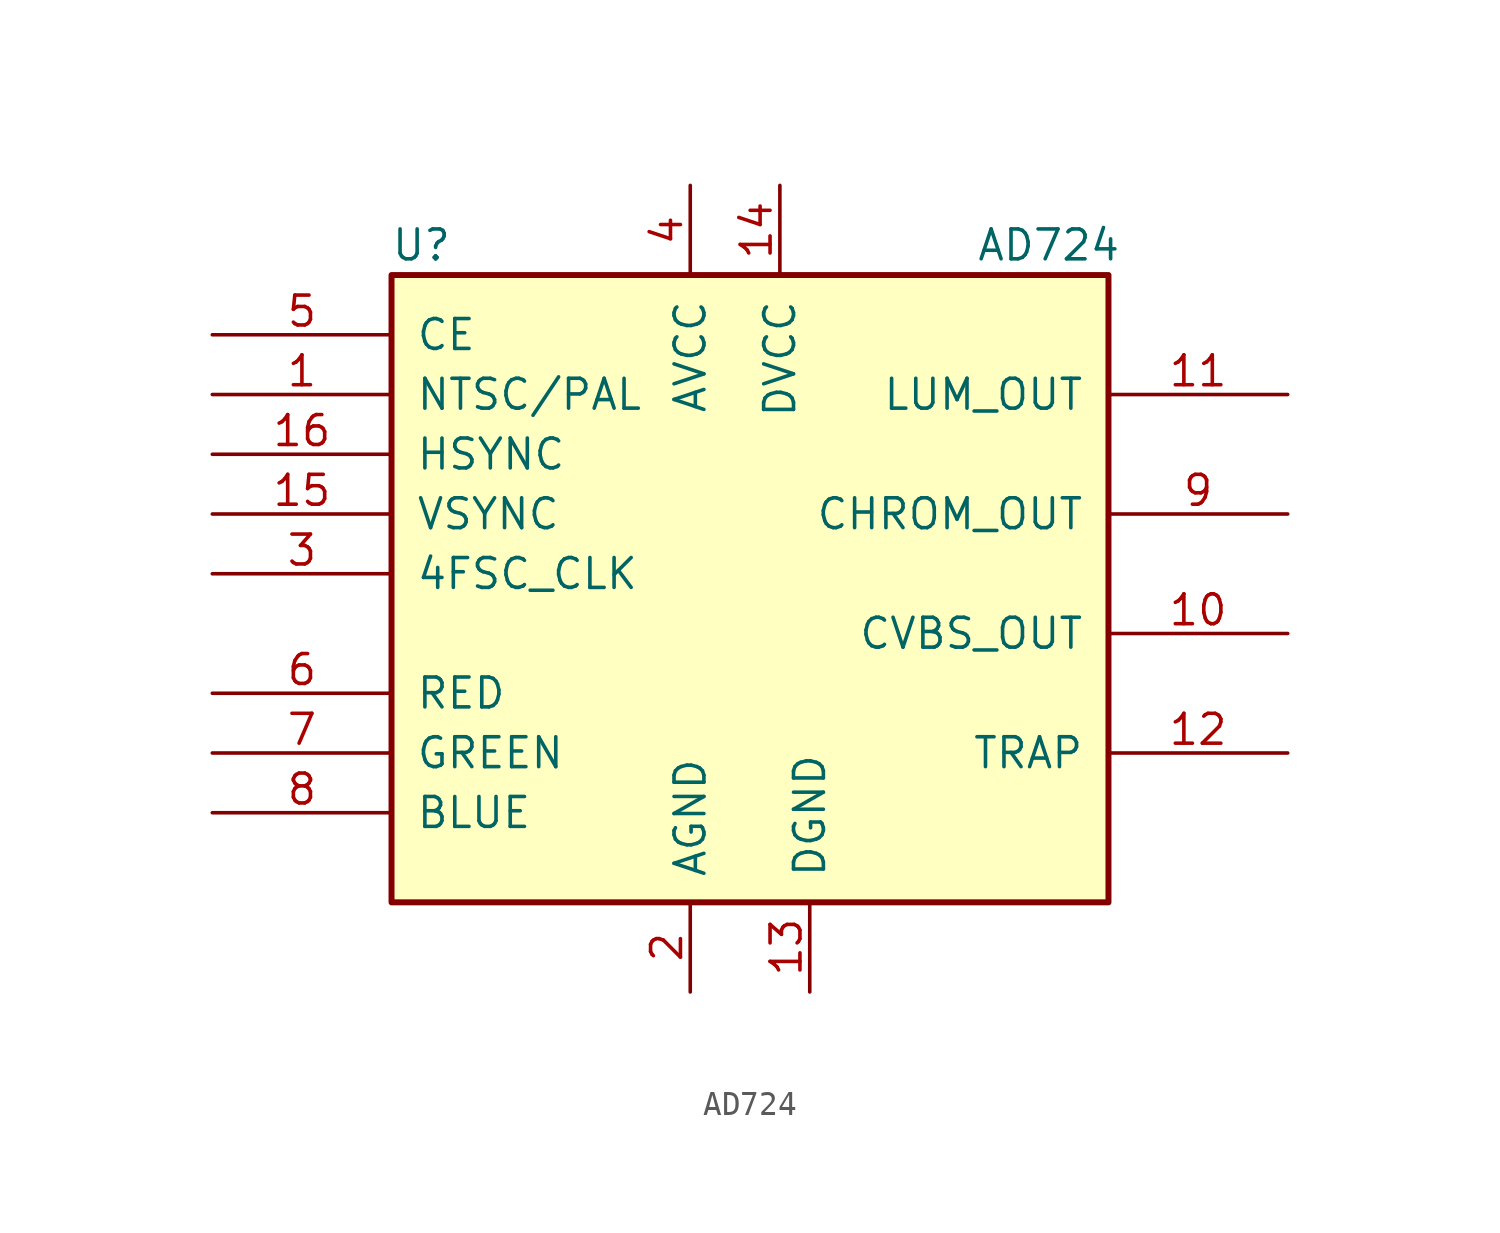
<source format=kicad_sym>
(kicad_symbol_lib
  (version 20241209)
  (generator "kicad_symbol_editor")
  (generator_version "9.0")
  (symbol "AD724"
    (pin_names
      (offset 1.016))
    (property "Reference" "U"
      (at -13.97 13.97 0)
      (effects (font (size 1.27 1.27))))
    (property "Value" "AD724"
      (at 12.7 13.97 0)
      (effects (font (size 1.27 1.27))))
    (symbol "AD724_0_1"
      (rectangle (start -15.24 12.7) (end 15.24 -13.97) (stroke (width 0.254) (type default)) (fill (type background))))
    (symbol "AD724_1_1"
      (pin input line (at -22.86 10.16 0) (length 7.62) (name "CE" (effects (font (size 1.27 1.27)))) (number "5" (effects (font (size 1.27 1.27)))))
      (pin input line (at -22.86 7.62 0) (length 7.62) (name "NTSC/PAL" (effects (font (size 1.27 1.27)))) (number "1" (effects (font (size 1.27 1.27)))))
      (pin input line (at -22.86 5.08 0) (length 7.62) (name "HSYNC" (effects (font (size 1.27 1.27)))) (number "16" (effects (font (size 1.27 1.27)))))
      (pin input line (at -22.86 2.54 0) (length 7.62) (name "VSYNC" (effects (font (size 1.27 1.27)))) (number "15" (effects (font (size 1.27 1.27)))))
      (pin input line (at -22.86 0 0) (length 7.62) (name "4FSC_CLK" (effects (font (size 1.27 1.27)))) (number "3" (effects (font (size 1.27 1.27)))))
      (pin input line (at -22.86 -5.08 0) (length 7.62) (name "RED" (effects (font (size 1.27 1.27)))) (number "6" (effects (font (size 1.27 1.27)))))
      (pin input line (at -22.86 -7.62 0) (length 7.62) (name "GREEN" (effects (font (size 1.27 1.27)))) (number "7" (effects (font (size 1.27 1.27)))))
      (pin input line (at -22.86 -10.16 0) (length 7.62) (name "BLUE" (effects (font (size 1.27 1.27)))) (number "8" (effects (font (size 1.27 1.27)))))
      (pin power_in line (at -2.54 16.51 270) (length 3.81) (name "AVCC" (effects (font (size 1.27 1.27)))) (number "4" (effects (font (size 1.27 1.27)))))
      (pin power_in line (at -2.54 -17.78 90) (length 3.81) (name "AGND" (effects (font (size 1.27 1.27)))) (number "2" (effects (font (size 1.27 1.27)))))
      (pin power_in line (at 1.27 16.51 270) (length 3.81) (name "DVCC" (effects (font (size 1.27 1.27)))) (number "14" (effects (font (size 1.27 1.27)))))
      (pin power_in line (at 2.54 -17.78 90) (length 3.81) (name "DGND" (effects (font (size 1.27 1.27)))) (number "13" (effects (font (size 1.27 1.27)))))
      (pin output line (at 22.86 7.62 180) (length 7.62) (name "LUM_OUT" (effects (font (size 1.27 1.27)))) (number "11" (effects (font (size 1.27 1.27)))))
      (pin output line (at 22.86 2.54 180) (length 7.62) (name "CHROM_OUT" (effects (font (size 1.27 1.27)))) (number "9" (effects (font (size 1.27 1.27)))))
      (pin output line (at 22.86 -2.54 180) (length 7.62) (name "CVBS_OUT" (effects (font (size 1.27 1.27)))) (number "10" (effects (font (size 1.27 1.27)))))
      (pin input line (at 22.86 -7.62 180) (length 7.62) (name "TRAP" (effects (font (size 1.27 1.27)))) (number "12" (effects (font (size 1.27 1.27))))))))
</source>
